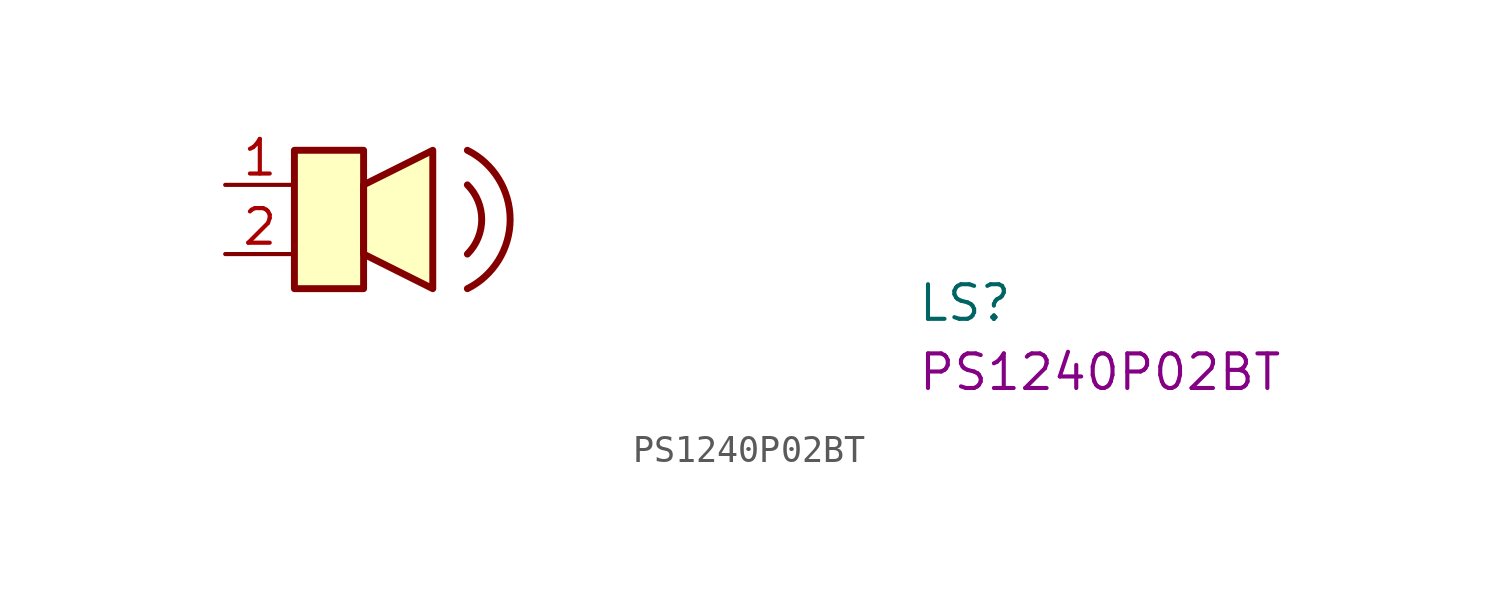
<source format=kicad_sym>
(kicad_symbol_lib
  (version 20220914)
  (generator kicad_symbol_editor)
  (symbol "PS1240P02BT"
    (property "Reference" "LS"
      (at 25.4 -5.08 0)
      (effects (font (size 1.27 1.27) (thickness 0.15)) (justify left bottom)))
    (property "MPN" "PS1240P02BT"
      (at 25.4 -7.62 0)
      (effects (font (size 1.27 1.27) (thickness 0.15)) (justify left bottom)))
    (symbol "PS1240P02BT_1_1"
      (polyline (pts (xy 5.08 0) (xy 7.62 1.27) (xy 7.62 -3.81) (xy 5.08 -2.54) (xy 5.08 0)) (stroke (width 0.254) (type default)) (fill (type background)))
      (rectangle (start 2.54 1.27) (end 5.08 -3.81) (stroke (width 0.254) (type default)) (fill (type background)))
      (arc (start 8.89 -3.81) (mid 10.4598 -1.27) (end 8.89 1.27) (stroke (width 0.254) (type default)) (fill (type none)))
      (arc (start 8.89 -2.54) (mid 9.4161 -1.27) (end 8.89 0) (stroke (width 0.254) (type default)) (fill (type none)))
      (pin passive line (at 0 0 0) (length 2.54) (name "~" (effects (font (size 1.27 1.27)))) (number "1" (effects (font (size 1.27 1.27)))))
      (pin passive line (at 0 -2.54 0) (length 2.54) (name "~" (effects (font (size 1.27 1.27)))) (number "2" (effects (font (size 1.27 1.27))))))))
</source>
